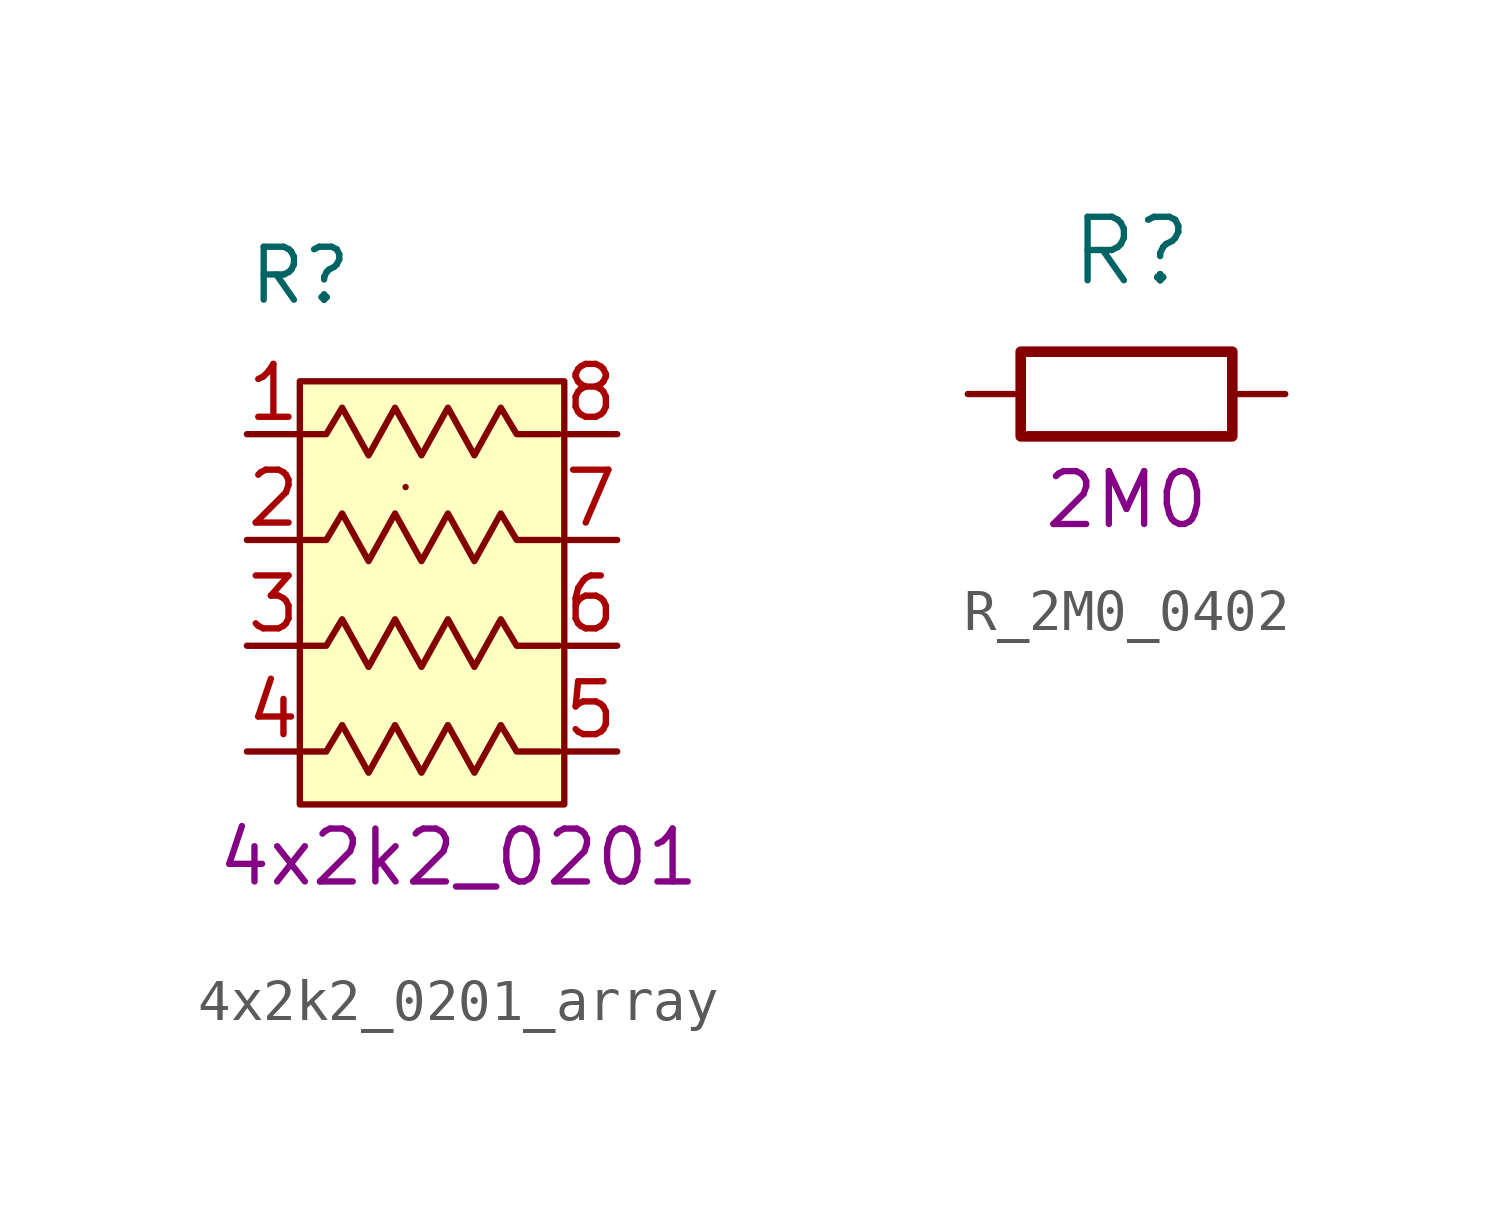
<source format=kicad_sym>
(kicad_symbol_lib
  (version 20211014)
  (generator kicad_symbol_editor)
  (symbol "4x2k2_0201_array"
    (pin_names
      (offset 1.016))
    (property "Reference" "R"
      (at -5.08 13.97 0)
      (effects (font (size 1.27 1.27)) (justify left)))
    (property "Val" "4x2k2_0201"
      (at 0 0 0)
      (effects (font (size 1.27 1.27))))
    (symbol "4x2k2_0201_array_0_1"
      (rectangle (start -3.81 11.43) (end 2.54 1.27) (stroke (width 0) (type default) (color 0 0 0 0)) (fill (type background)))
      (rectangle (start -1.27 8.89) (end -1.27 8.89) (stroke (width 0) (type default) (color 0 0 0 0)) (fill (type none)))
      (polyline (pts (xy -3.81 7.62) (xy -3.175 7.62) (xy -2.794 8.255) (xy -2.159 7.112) (xy -1.524 8.255) (xy -0.889 7.112) (xy -0.254 8.255) (xy 0.381 7.112) (xy 1.016 8.255) (xy 1.397 7.62) (xy 2.413 7.62)) (stroke (width 0) (type default) (color 0 0 0 0)) (fill (type none))))
    (symbol "4x2k2_0201_array_1_1"
      (polyline (pts (xy -3.81 2.54) (xy -3.175 2.54) (xy -2.794 3.175) (xy -2.159 2.032) (xy -1.524 3.175) (xy -0.889 2.032) (xy -0.254 3.175) (xy 0.381 2.032) (xy 1.016 3.175) (xy 1.397 2.54) (xy 2.413 2.54)) (stroke (width 0) (type default) (color 0 0 0 0)) (fill (type none)))
      (polyline (pts (xy -3.81 5.08) (xy -3.175 5.08) (xy -2.794 5.715) (xy -2.159 4.572) (xy -1.524 5.715) (xy -0.889 4.572) (xy -0.254 5.715) (xy 0.381 4.572) (xy 1.016 5.715) (xy 1.397 5.08) (xy 2.413 5.08)) (stroke (width 0) (type default) (color 0 0 0 0)) (fill (type none)))
      (polyline (pts (xy -3.81 10.16) (xy -3.175 10.16) (xy -2.794 10.795) (xy -2.159 9.652) (xy -1.524 10.795) (xy -0.889 9.652) (xy -0.254 10.795) (xy 0.381 9.652) (xy 1.016 10.795) (xy 1.397 10.16) (xy 2.413 10.16)) (stroke (width 0) (type default) (color 0 0 0 0)) (fill (type none)))
      (pin passive line (at -5.08 10.16 0) (length 1.27) (name "~" (effects (font (size 1.27 1.27)))) (number "1" (effects (font (size 1.27 1.27)))))
      (pin passive line (at -5.08 7.62 0) (length 1.27) (name "~" (effects (font (size 1.27 1.27)))) (number "2" (effects (font (size 1.27 1.27)))))
      (pin passive line (at -5.08 5.08 0) (length 1.27) (name "~" (effects (font (size 1.27 1.27)))) (number "3" (effects (font (size 1.27 1.27)))))
      (pin passive line (at -5.08 2.54 0) (length 1.27) (name "~" (effects (font (size 1.27 1.27)))) (number "4" (effects (font (size 1.27 1.27)))))
      (pin passive line (at 3.81 2.54 180) (length 1.27) (name "~" (effects (font (size 1.27 1.27)))) (number "5" (effects (font (size 1.27 1.27)))))
      (pin passive line (at 3.81 5.08 180) (length 1.27) (name "~" (effects (font (size 1.27 1.27)))) (number "6" (effects (font (size 1.27 1.27)))))
      (pin passive line (at 3.81 7.62 180) (length 1.27) (name "~" (effects (font (size 1.27 1.27)))) (number "7" (effects (font (size 1.27 1.27)))))
      (pin passive line (at 3.81 10.16 180) (length 1.27) (name "~" (effects (font (size 1.27 1.27)))) (number "8" (effects (font (size 1.27 1.27)))))))
  (symbol "R_2M0_0402"
    (pin_names
      (offset 0))
    (property "Reference" "R"
      (at -1.397 3.429 0)
      (effects (font (size 1.524 1.524)) (justify left)))
    (property "Val" "2M0"
      (at 0 -2.54 0)
      (effects (font (size 1.27 1.27))))
    (symbol "R_2M0_0402_1_1"
      (rectangle (start 2.54 -1.016) (end -2.54 1.016) (stroke (width 0.254) (type default) (color 0 0 0 0)) (fill (type none)))
      (pin passive line (at -3.81 0 0) (length 1.27) (name "~" (effects (font (size 0 0)))) (number "1" (effects (font (size 0 0)))))
      (pin passive line (at 3.81 0 180) (length 1.27) (name "~" (effects (font (size 0 0)))) (number "2" (effects (font (size 0 0))))))))
</source>
